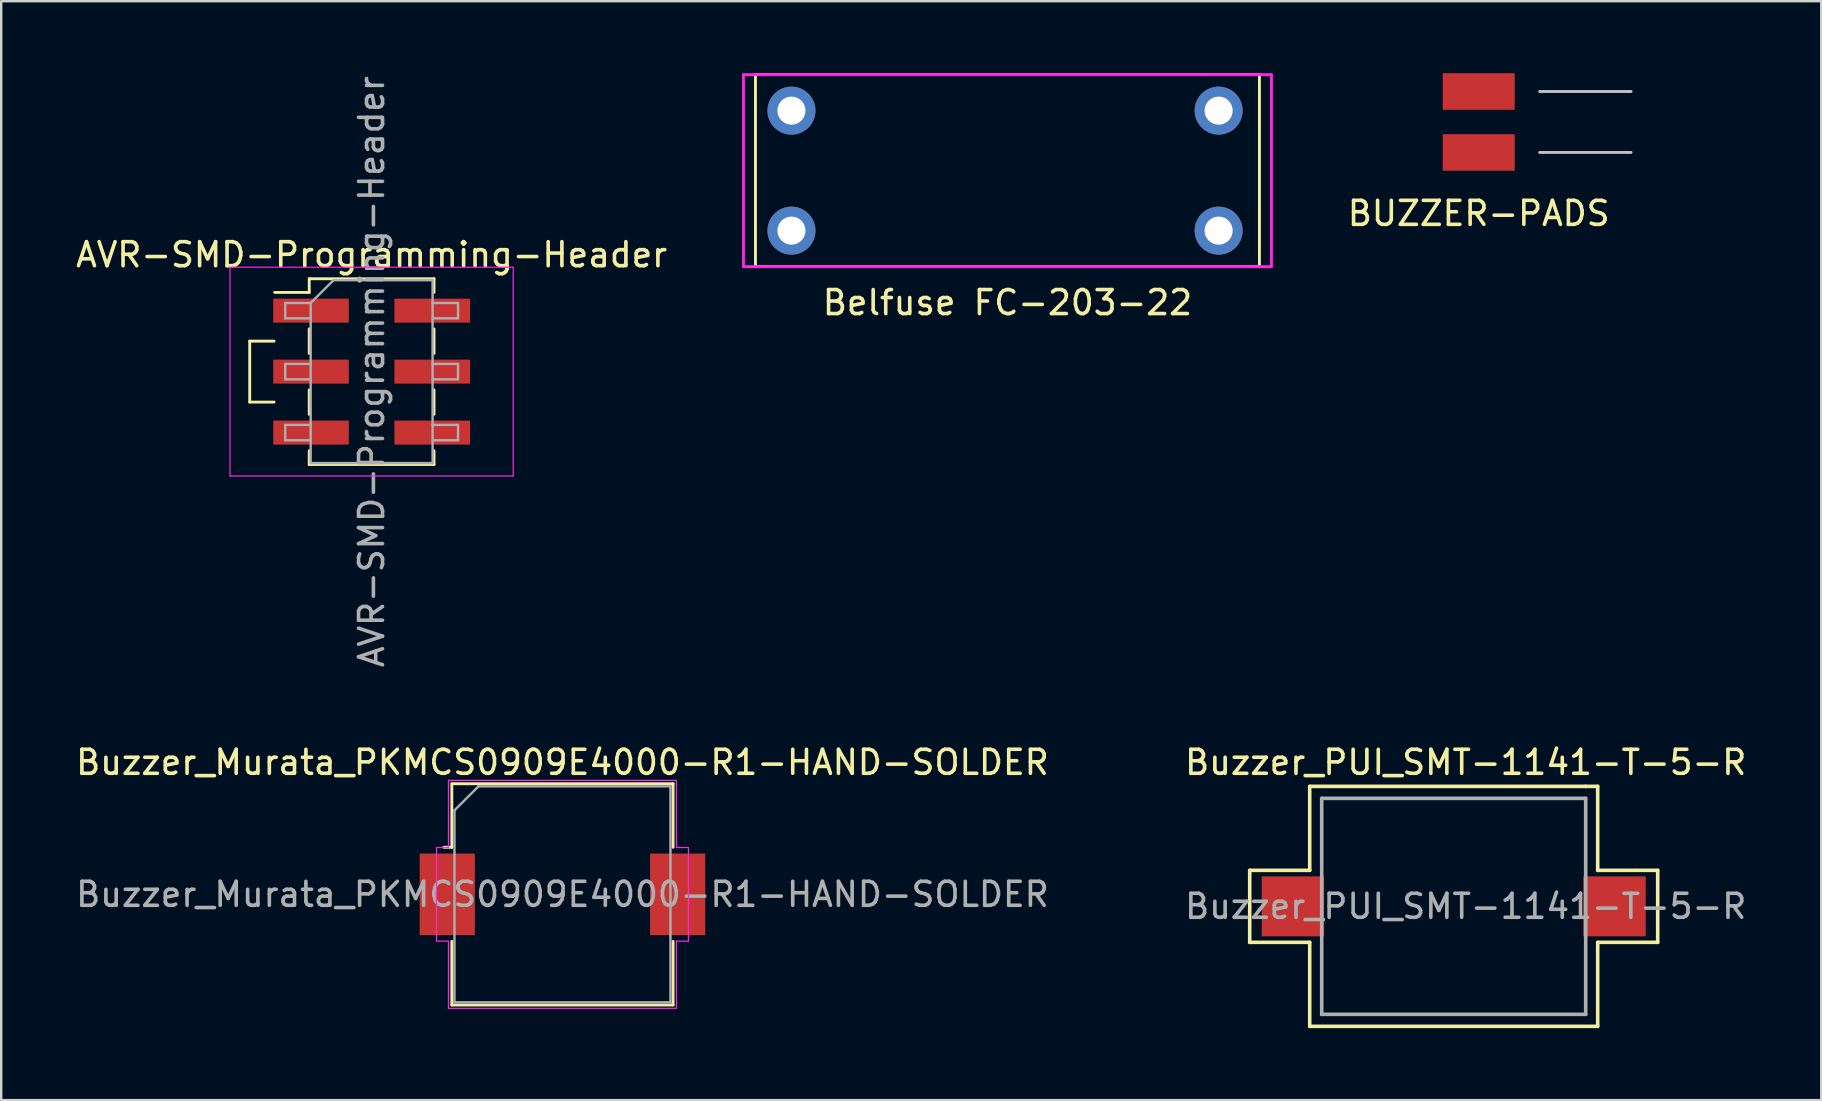
<source format=kicad_pcb>
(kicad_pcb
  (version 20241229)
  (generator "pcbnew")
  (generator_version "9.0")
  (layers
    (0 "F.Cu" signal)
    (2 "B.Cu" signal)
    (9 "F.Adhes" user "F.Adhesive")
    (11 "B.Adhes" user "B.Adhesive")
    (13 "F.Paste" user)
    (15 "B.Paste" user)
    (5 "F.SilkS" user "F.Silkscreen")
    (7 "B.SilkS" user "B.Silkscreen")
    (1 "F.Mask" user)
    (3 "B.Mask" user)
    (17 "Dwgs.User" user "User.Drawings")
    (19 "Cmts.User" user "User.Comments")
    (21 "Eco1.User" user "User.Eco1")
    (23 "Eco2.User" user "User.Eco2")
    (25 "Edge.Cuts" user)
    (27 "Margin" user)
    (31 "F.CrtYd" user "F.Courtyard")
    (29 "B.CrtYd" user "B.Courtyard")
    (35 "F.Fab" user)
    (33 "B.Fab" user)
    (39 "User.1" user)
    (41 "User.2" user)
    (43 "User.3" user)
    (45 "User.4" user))
  (footprint "Buzzer_PUI_SMT-1141-T-5-R"
    (layer "F.Cu")
    (at 44.024 35.217)
    (property "Reference" "Buzzer_PUI_SMT-1141-T-5-R" (at 14 -6.5 0) (layer "F.SilkS") (effects (font (size 1 1) (thickness 0.15))))
    (attr smd)
    (fp_line (start 5 -2) (end 5 1) (stroke (width 0.15) (type solid)) (layer "F.SilkS"))
    (fp_line (start 5 1) (end 7.5 1) (stroke (width 0.15) (type solid)) (layer "F.SilkS"))
    (fp_line (start 7.5 -5.5) (end 7.5 -2) (stroke (width 0.15) (type solid)) (layer "F.SilkS"))
    (fp_line (start 7.5 -2) (end 5 -2) (stroke (width 0.15) (type solid)) (layer "F.SilkS"))
    (fp_line (start 7.5 1) (end 7.5 4.5) (stroke (width 0.15) (type solid)) (layer "F.SilkS"))
    (fp_line (start 7.5 4.5) (end 19.5 4.5) (stroke (width 0.15) (type solid)) (layer "F.SilkS"))
    (fp_line (start 19 -5.5) (end 7.5 -5.5) (stroke (width 0.15) (type solid)) (layer "F.SilkS"))
    (fp_line (start 19.5 -5.5) (end 19 -5.5) (stroke (width 0.15) (type solid)) (layer "F.SilkS"))
    (fp_line (start 19.5 -2) (end 19.5 -5.5) (stroke (width 0.15) (type solid)) (layer "F.SilkS"))
    (fp_line (start 19.5 1) (end 22 1) (stroke (width 0.15) (type solid)) (layer "F.SilkS"))
    (fp_line (start 19.5 4.5) (end 19.5 1) (stroke (width 0.15) (type solid)) (layer "F.SilkS"))
    (fp_line (start 22 -2) (end 19.5 -2) (stroke (width 0.15) (type solid)) (layer "F.SilkS"))
    (fp_line (start 22 1) (end 22 -2) (stroke (width 0.15) (type solid)) (layer "F.SilkS"))
    (fp_line (start 8 -5) (end 19 -5) (stroke (width 0.15) (type solid)) (layer "F.Fab"))
    (fp_line (start 8 4) (end 8 -5) (stroke (width 0.15) (type solid)) (layer "F.Fab"))
    (fp_line (start 19 -5) (end 19 4) (stroke (width 0.15) (type solid)) (layer "F.Fab"))
    (fp_line (start 19 4) (end 8 4) (stroke (width 0.15) (type solid)) (layer "F.Fab"))
    (fp_text user "${REFERENCE}" (at 14 -0.5 0) (layer "F.Fab") (effects (font (size 1 1) (thickness 0.15))))
    (pad "1" smd rect (at 6.8 -0.5) (size 2.6 2.5) (layers "F.Cu" "F.Mask" "F.Paste"))
    (pad "2" smd rect (at 20.2 -0.5) (size 2.6 2.5) (layers "F.Cu" "F.Mask" "F.Paste")))
  (footprint "Buzzer_Murata_PKMCS0909E4000-R1-HAND-SOLDER"
    (layer "F.Cu")
    (at 20.387 34.217)
    (property "Reference" "Buzzer_Murata_PKMCS0909E4000-R1-HAND-SOLDER" (at 0 -5.5 0) (layer "F.SilkS") (effects (font (size 1 1) (thickness 0.15))))
    (attr smd)
    (fp_line (start -4.61 -4.61) (end 4.61 -4.61) (stroke (width 0.12) (type solid)) (layer "F.SilkS"))
    (fp_line (start -4.61 -1.96) (end -4.94 -1.96) (stroke (width 0.12) (type solid)) (layer "F.SilkS"))
    (fp_line (start -4.61 -1.96) (end -4.61 -4.61) (stroke (width 0.12) (type solid)) (layer "F.SilkS"))
    (fp_line (start -4.61 4.61) (end -4.61 1.96) (stroke (width 0.12) (type solid)) (layer "F.SilkS"))
    (fp_line (start 4.61 -4.61) (end 4.61 -1.96) (stroke (width 0.12) (type solid)) (layer "F.SilkS"))
    (fp_line (start 4.61 1.96) (end 4.61 4.61) (stroke (width 0.12) (type solid)) (layer "F.SilkS"))
    (fp_line (start 4.61 4.61) (end -4.61 4.61) (stroke (width 0.12) (type solid)) (layer "F.SilkS"))
    (fp_line (start -5.25 1.95) (end -5.25 -1.95) (stroke (width 0.05) (type solid)) (layer "F.CrtYd"))
    (fp_line (start -4.75 -4.75) (end 4.75 -4.75) (stroke (width 0.05) (type solid)) (layer "F.CrtYd"))
    (fp_line (start -4.75 -1.95) (end -5.25 -1.95) (stroke (width 0.05) (type solid)) (layer "F.CrtYd"))
    (fp_line (start -4.75 -1.95) (end -4.75 -4.75) (stroke (width 0.05) (type solid)) (layer "F.CrtYd"))
    (fp_line (start -4.75 1.95) (end -5.25 1.95) (stroke (width 0.05) (type solid)) (layer "F.CrtYd"))
    (fp_line (start -4.75 4.75) (end -4.75 1.95) (stroke (width 0.05) (type solid)) (layer "F.CrtYd"))
    (fp_line (start 4.75 -1.95) (end 4.75 -4.75) (stroke (width 0.05) (type solid)) (layer "F.CrtYd"))
    (fp_line (start 4.75 -1.95) (end 5.25 -1.95) (stroke (width 0.05) (type solid)) (layer "F.CrtYd"))
    (fp_line (start 4.75 1.95) (end 5.25 1.95) (stroke (width 0.05) (type solid)) (layer "F.CrtYd"))
    (fp_line (start 4.75 4.75) (end -4.75 4.75) (stroke (width 0.05) (type solid)) (layer "F.CrtYd"))
    (fp_line (start 4.75 4.75) (end 4.75 1.95) (stroke (width 0.05) (type solid)) (layer "F.CrtYd"))
    (fp_line (start 5.25 1.95) (end 5.25 -1.95) (stroke (width 0.05) (type solid)) (layer "F.CrtYd"))
    (fp_line (start -4.5 -3.5) (end -3.5 -4.5) (stroke (width 0.1) (type solid)) (layer "F.Fab"))
    (fp_line (start -4.5 4.5) (end -4.5 -3.5) (stroke (width 0.1) (type solid)) (layer "F.Fab"))
    (fp_line (start -3.5 -4.5) (end 4.5 -4.5) (stroke (width 0.1) (type solid)) (layer "F.Fab"))
    (fp_line (start 4.5 -4.5) (end 4.5 4.5) (stroke (width 0.1) (type solid)) (layer "F.Fab"))
    (fp_line (start 4.5 4.5) (end -4.5 4.5) (stroke (width 0.1) (type solid)) (layer "F.Fab"))
    (fp_text user "${REFERENCE}" (at 0 0 0) (layer "F.Fab") (effects (font (size 1 1) (thickness 0.15))))
    (pad "1" smd rect (at -4.8 0) (size 2.3 3.4) (layers "F.Cu" "F.Mask" "F.Paste"))
    (pad "2" smd rect (at 4.8 0) (size 2.3 3.4) (layers "F.Cu" "F.Mask" "F.Paste")))
  (footprint "Belfuse FC-203-22"
    (layer "F.Cu")
    (at 38.929 4.06)
    (property "Reference" "Belfuse FC-203-22" (at 0 5.5 0) (layer "F.SilkS") (effects (font (size 1 1) (thickness 0.15))))
    (attr through_hole)
    (fp_line (start -10.5 -4) (end 10.5 -4) (stroke (width 0.12) (type solid)) (layer "F.SilkS"))
    (fp_line (start -10.5 4) (end -10.5 -4) (stroke (width 0.12) (type solid)) (layer "F.SilkS"))
    (fp_line (start 10.5 -4) (end 10.5 4) (stroke (width 0.12) (type solid)) (layer "F.SilkS"))
    (fp_line (start 10.5 4) (end -10.5 4) (stroke (width 0.12) (type solid)) (layer "F.SilkS"))
    (fp_line (start -11 -4) (end 11 -4) (stroke (width 0.12) (type solid)) (layer "F.CrtYd"))
    (fp_line (start -11 4) (end -11 -4) (stroke (width 0.12) (type solid)) (layer "F.CrtYd"))
    (fp_line (start 11 -4) (end 11 4) (stroke (width 0.12) (type solid)) (layer "F.CrtYd"))
    (fp_line (start 11 4) (end -11 4) (stroke (width 0.12) (type solid)) (layer "F.CrtYd"))
    (pad "1" thru_hole circle (at -9 -2.5) (size 2 2) (drill 1.17) (layers "*.Cu" "*.Mask"))
    (pad "1" thru_hole circle (at -9 2.5) (size 2 2) (drill 1.17) (layers "*.Cu" "*.Mask"))
    (pad "2" thru_hole circle (at 8.8 -2.5) (size 2 2) (drill 1.17) (layers "*.Cu" "*.Mask"))
    (pad "2" thru_hole circle (at 8.8 2.5) (size 2 2) (drill 1.17) (layers "*.Cu" "*.Mask")))
  (footprint "AVR-SMD-Programming-Header"
    (layer "F.Cu")
    (at 12.435 12.435)
    (property "Reference" "AVR-SMD-Programming-Header" (at 0 -4.87 0) (layer "F.SilkS") (effects (font (size 1 1) (thickness 0.15))))
    (attr smd)
    (fp_line (start -5.08 -1.27) (end -5.08 1.27) (stroke (width 0.12) (type solid)) (layer "F.SilkS"))
    (fp_line (start -5.08 -1.27) (end -4.064 -1.27) (stroke (width 0.12) (type solid)) (layer "F.SilkS"))
    (fp_line (start -5.08 1.27) (end -4.064 1.27) (stroke (width 0.12) (type solid)) (layer "F.SilkS"))
    (fp_line (start -4.04 -3.3) (end -2.6 -3.3) (stroke (width 0.12) (type solid)) (layer "F.SilkS"))
    (fp_line (start -2.6 -3.87) (end -2.6 -3.3) (stroke (width 0.12) (type solid)) (layer "F.SilkS"))
    (fp_line (start -2.6 -3.87) (end 2.6 -3.87) (stroke (width 0.12) (type solid)) (layer "F.SilkS"))
    (fp_line (start -2.6 -1.78) (end -2.6 -0.76) (stroke (width 0.12) (type solid)) (layer "F.SilkS"))
    (fp_line (start -2.6 0.76) (end -2.6 1.78) (stroke (width 0.12) (type solid)) (layer "F.SilkS"))
    (fp_line (start -2.6 3.3) (end -2.6 3.87) (stroke (width 0.12) (type solid)) (layer "F.SilkS"))
    (fp_line (start -2.6 3.87) (end 2.6 3.87) (stroke (width 0.12) (type solid)) (layer "F.SilkS"))
    (fp_line (start 2.6 -3.87) (end 2.6 -3.3) (stroke (width 0.12) (type solid)) (layer "F.SilkS"))
    (fp_line (start 2.6 -1.78) (end 2.6 -0.76) (stroke (width 0.12) (type solid)) (layer "F.SilkS"))
    (fp_line (start 2.6 0.76) (end 2.6 1.78) (stroke (width 0.12) (type solid)) (layer "F.SilkS"))
    (fp_line (start 2.6 3.3) (end 2.6 3.87) (stroke (width 0.12) (type solid)) (layer "F.SilkS"))
    (fp_line (start -5.9 -4.35) (end -5.9 4.35) (stroke (width 0.05) (type solid)) (layer "F.CrtYd"))
    (fp_line (start -5.9 4.35) (end 5.9 4.35) (stroke (width 0.05) (type solid)) (layer "F.CrtYd"))
    (fp_line (start 5.9 -4.35) (end -5.9 -4.35) (stroke (width 0.05) (type solid)) (layer "F.CrtYd"))
    (fp_line (start 5.9 4.35) (end 5.9 -4.35) (stroke (width 0.05) (type solid)) (layer "F.CrtYd"))
    (fp_line (start -3.6 -2.86) (end -3.6 -2.22) (stroke (width 0.1) (type solid)) (layer "F.Fab"))
    (fp_line (start -3.6 -2.22) (end -2.54 -2.22) (stroke (width 0.1) (type solid)) (layer "F.Fab"))
    (fp_line (start -3.6 -0.32) (end -3.6 0.32) (stroke (width 0.1) (type solid)) (layer "F.Fab"))
    (fp_line (start -3.6 0.32) (end -2.54 0.32) (stroke (width 0.1) (type solid)) (layer "F.Fab"))
    (fp_line (start -3.6 2.22) (end -3.6 2.86) (stroke (width 0.1) (type solid)) (layer "F.Fab"))
    (fp_line (start -3.6 2.86) (end -2.54 2.86) (stroke (width 0.1) (type solid)) (layer "F.Fab"))
    (fp_line (start -2.54 -2.86) (end -3.6 -2.86) (stroke (width 0.1) (type solid)) (layer "F.Fab"))
    (fp_line (start -2.54 -2.86) (end -1.59 -3.81) (stroke (width 0.1) (type solid)) (layer "F.Fab"))
    (fp_line (start -2.54 -0.32) (end -3.6 -0.32) (stroke (width 0.1) (type solid)) (layer "F.Fab"))
    (fp_line (start -2.54 2.22) (end -3.6 2.22) (stroke (width 0.1) (type solid)) (layer "F.Fab"))
    (fp_line (start -2.54 3.81) (end -2.54 -2.86) (stroke (width 0.1) (type solid)) (layer "F.Fab"))
    (fp_line (start -1.59 -3.81) (end 2.54 -3.81) (stroke (width 0.1) (type solid)) (layer "F.Fab"))
    (fp_line (start 2.54 -3.81) (end 2.54 3.81) (stroke (width 0.1) (type solid)) (layer "F.Fab"))
    (fp_line (start 2.54 -2.86) (end 3.6 -2.86) (stroke (width 0.1) (type solid)) (layer "F.Fab"))
    (fp_line (start 2.54 -0.32) (end 3.6 -0.32) (stroke (width 0.1) (type solid)) (layer "F.Fab"))
    (fp_line (start 2.54 2.22) (end 3.6 2.22) (stroke (width 0.1) (type solid)) (layer "F.Fab"))
    (fp_line (start 2.54 3.81) (end -2.54 3.81) (stroke (width 0.1) (type solid)) (layer "F.Fab"))
    (fp_line (start 3.6 -2.86) (end 3.6 -2.22) (stroke (width 0.1) (type solid)) (layer "F.Fab"))
    (fp_line (start 3.6 -2.22) (end 2.54 -2.22) (stroke (width 0.1) (type solid)) (layer "F.Fab"))
    (fp_line (start 3.6 -0.32) (end 3.6 0.32) (stroke (width 0.1) (type solid)) (layer "F.Fab"))
    (fp_line (start 3.6 0.32) (end 2.54 0.32) (stroke (width 0.1) (type solid)) (layer "F.Fab"))
    (fp_line (start 3.6 2.22) (end 3.6 2.86) (stroke (width 0.1) (type solid)) (layer "F.Fab"))
    (fp_line (start 3.6 2.86) (end 2.54 2.86) (stroke (width 0.1) (type solid)) (layer "F.Fab"))
    (fp_text user "${REFERENCE}" (at 0 0 90) (layer "F.Fab") (effects (font (size 1 1) (thickness 0.15))))
    (pad "1" smd rect (at -2.525 -2.54) (size 3.15 1) (layers "F.Cu" "F.Mask" "F.Paste"))
    (pad "2" smd rect (at 2.525 -2.54) (size 3.15 1) (layers "F.Cu" "F.Mask" "F.Paste"))
    (pad "3" smd rect (at -2.525 0) (size 3.15 1) (layers "F.Cu" "F.Mask" "F.Paste"))
    (pad "4" smd rect (at 2.525 0) (size 3.15 1) (layers "F.Cu" "F.Mask" "F.Paste"))
    (pad "5" smd rect (at -2.525 2.54) (size 3.15 1) (layers "F.Cu" "F.Mask" "F.Paste"))
    (pad "6" smd rect (at 2.525 2.54) (size 3.15 1) (layers "F.Cu" "F.Mask" "F.Paste")))
  (footprint "BUZZER-PADS"
    (layer "F.Cu")
    (at 58.566 3.302)
    (property "Reference" "BUZZER-PADS" (at 0 2.54 0) (layer "F.SilkS") (effects (font (size 1 1) (thickness 0.15))))
    (attr through_hole)
    (fp_line (start 2.54 -2.54) (end 6.35 -2.54) (stroke (width 0.12) (type solid)) (layer "Dwgs.User"))
    (fp_line (start 2.54 0) (end 6.35 0) (stroke (width 0.12) (type solid)) (layer "Dwgs.User"))
    (pad "1" smd rect (at 0 -2.54) (size 3 1.524) (layers "F.Cu" "F.Mask" "F.Paste"))
    (pad "2" smd rect (at 0 0) (size 3 1.524) (layers "F.Cu" "F.Mask" "F.Paste")))
  (gr_rect
    (start -3 -3)
    (end 72.839 42.792)
    (stroke (width 0.1) (type default))
    (fill no)
    (layer "Edge.Cuts")))
</source>
